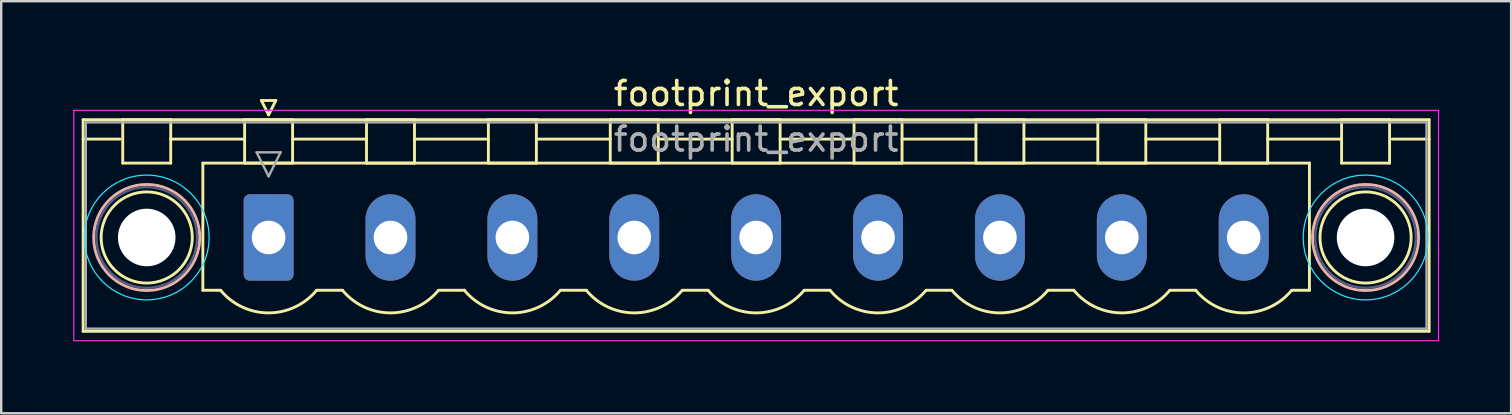
<source format=kicad_pcb>
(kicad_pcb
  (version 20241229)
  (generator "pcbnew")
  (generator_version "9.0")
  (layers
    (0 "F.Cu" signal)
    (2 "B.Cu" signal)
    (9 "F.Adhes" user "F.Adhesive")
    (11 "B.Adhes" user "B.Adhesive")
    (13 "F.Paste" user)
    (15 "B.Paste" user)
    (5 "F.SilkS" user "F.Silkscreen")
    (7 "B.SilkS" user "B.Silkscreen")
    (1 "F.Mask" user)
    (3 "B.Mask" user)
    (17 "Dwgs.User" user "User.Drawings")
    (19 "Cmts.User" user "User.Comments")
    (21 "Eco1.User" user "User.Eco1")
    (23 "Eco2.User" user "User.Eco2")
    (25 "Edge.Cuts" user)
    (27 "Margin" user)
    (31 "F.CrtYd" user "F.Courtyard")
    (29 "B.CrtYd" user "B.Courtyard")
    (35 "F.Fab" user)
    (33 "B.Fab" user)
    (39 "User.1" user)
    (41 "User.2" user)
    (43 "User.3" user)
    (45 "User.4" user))
  (footprint "footprint_export"
    (layer "F.Cu")
    (at 8.145 6.848)
    (property "Reference" "footprint_export" (at 20.32 -6 0) (layer "F.SilkS") (effects (font (size 1 1) (thickness 0.15))))
    (attr through_hole)
    (fp_line (start -7.73 -4.91) (end -7.73 3.91) (stroke (width 0.12) (type solid)) (layer "F.SilkS"))
    (fp_line (start -7.73 -4.1) (end -6.19 -4.1) (stroke (width 0.12) (type solid)) (layer "F.SilkS"))
    (fp_line (start -7.73 3.91) (end 48.37 3.91) (stroke (width 0.12) (type solid)) (layer "F.SilkS"))
    (fp_line (start -6.08 -4.91) (end -4.08 -4.91) (stroke (width 0.12) (type solid)) (layer "F.SilkS"))
    (fp_line (start -6.08 -3.1) (end -6.08 -4.91) (stroke (width 0.12) (type solid)) (layer "F.SilkS"))
    (fp_line (start -4.08 -4.91) (end -4.08 -3.1) (stroke (width 0.12) (type solid)) (layer "F.SilkS"))
    (fp_line (start -4.08 -4.1) (end -1 -4.1) (stroke (width 0.12) (type solid)) (layer "F.SilkS"))
    (fp_line (start -4.08 -3.1) (end -6.08 -3.1) (stroke (width 0.12) (type solid)) (layer "F.SilkS"))
    (fp_line (start -2.74 -3.1) (end 43.38 -3.1) (stroke (width 0.12) (type solid)) (layer "F.SilkS"))
    (fp_line (start -2.74 2.2) (end -2.74 -3.1) (stroke (width 0.12) (type solid)) (layer "F.SilkS"))
    (fp_line (start -2 2.2) (end -2.74 2.2) (stroke (width 0.12) (type solid)) (layer "F.SilkS"))
    (fp_line (start -1 -4.91) (end 1 -4.91) (stroke (width 0.12) (type solid)) (layer "F.SilkS"))
    (fp_line (start -1 -3.1) (end -1 -4.91) (stroke (width 0.12) (type solid)) (layer "F.SilkS"))
    (fp_line (start -0.3 -5.71) (end 0.3 -5.71) (stroke (width 0.12) (type solid)) (layer "F.SilkS"))
    (fp_line (start 0 -5.11) (end -0.3 -5.71) (stroke (width 0.12) (type solid)) (layer "F.SilkS"))
    (fp_line (start 0.3 -5.71) (end 0 -5.11) (stroke (width 0.12) (type solid)) (layer "F.SilkS"))
    (fp_line (start 1 -4.91) (end 1 -3.1) (stroke (width 0.12) (type solid)) (layer "F.SilkS"))
    (fp_line (start 1 -4.1) (end 4.08 -4.1) (stroke (width 0.12) (type solid)) (layer "F.SilkS"))
    (fp_line (start 1 -3.1) (end -1 -3.1) (stroke (width 0.12) (type solid)) (layer "F.SilkS"))
    (fp_line (start 2 2.2) (end 3.08 2.2) (stroke (width 0.12) (type solid)) (layer "F.SilkS"))
    (fp_line (start 4.08 -4.91) (end 6.08 -4.91) (stroke (width 0.12) (type solid)) (layer "F.SilkS"))
    (fp_line (start 4.08 -3.1) (end 4.08 -4.91) (stroke (width 0.12) (type solid)) (layer "F.SilkS"))
    (fp_line (start 6.08 -4.91) (end 6.08 -3.1) (stroke (width 0.12) (type solid)) (layer "F.SilkS"))
    (fp_line (start 6.08 -4.1) (end 9.16 -4.1) (stroke (width 0.12) (type solid)) (layer "F.SilkS"))
    (fp_line (start 6.08 -3.1) (end 4.08 -3.1) (stroke (width 0.12) (type solid)) (layer "F.SilkS"))
    (fp_line (start 7.08 2.2) (end 8.16 2.2) (stroke (width 0.12) (type solid)) (layer "F.SilkS"))
    (fp_line (start 9.16 -4.91) (end 11.16 -4.91) (stroke (width 0.12) (type solid)) (layer "F.SilkS"))
    (fp_line (start 9.16 -3.1) (end 9.16 -4.91) (stroke (width 0.12) (type solid)) (layer "F.SilkS"))
    (fp_line (start 11.16 -4.91) (end 11.16 -3.1) (stroke (width 0.12) (type solid)) (layer "F.SilkS"))
    (fp_line (start 11.16 -4.1) (end 14.24 -4.1) (stroke (width 0.12) (type solid)) (layer "F.SilkS"))
    (fp_line (start 11.16 -3.1) (end 9.16 -3.1) (stroke (width 0.12) (type solid)) (layer "F.SilkS"))
    (fp_line (start 12.16 2.2) (end 13.24 2.2) (stroke (width 0.12) (type solid)) (layer "F.SilkS"))
    (fp_line (start 14.24 -4.91) (end 16.24 -4.91) (stroke (width 0.12) (type solid)) (layer "F.SilkS"))
    (fp_line (start 14.24 -3.1) (end 14.24 -4.91) (stroke (width 0.12) (type solid)) (layer "F.SilkS"))
    (fp_line (start 16.24 -4.91) (end 16.24 -3.1) (stroke (width 0.12) (type solid)) (layer "F.SilkS"))
    (fp_line (start 16.24 -4.1) (end 19.32 -4.1) (stroke (width 0.12) (type solid)) (layer "F.SilkS"))
    (fp_line (start 16.24 -3.1) (end 14.24 -3.1) (stroke (width 0.12) (type solid)) (layer "F.SilkS"))
    (fp_line (start 17.24 2.2) (end 18.32 2.2) (stroke (width 0.12) (type solid)) (layer "F.SilkS"))
    (fp_line (start 19.32 -4.91) (end 21.32 -4.91) (stroke (width 0.12) (type solid)) (layer "F.SilkS"))
    (fp_line (start 19.32 -3.1) (end 19.32 -4.91) (stroke (width 0.12) (type solid)) (layer "F.SilkS"))
    (fp_line (start 21.32 -4.91) (end 21.32 -3.1) (stroke (width 0.12) (type solid)) (layer "F.SilkS"))
    (fp_line (start 21.32 -4.1) (end 24.4 -4.1) (stroke (width 0.12) (type solid)) (layer "F.SilkS"))
    (fp_line (start 21.32 -3.1) (end 19.32 -3.1) (stroke (width 0.12) (type solid)) (layer "F.SilkS"))
    (fp_line (start 22.32 2.2) (end 23.4 2.2) (stroke (width 0.12) (type solid)) (layer "F.SilkS"))
    (fp_line (start 24.4 -4.91) (end 26.4 -4.91) (stroke (width 0.12) (type solid)) (layer "F.SilkS"))
    (fp_line (start 24.4 -3.1) (end 24.4 -4.91) (stroke (width 0.12) (type solid)) (layer "F.SilkS"))
    (fp_line (start 26.4 -4.91) (end 26.4 -3.1) (stroke (width 0.12) (type solid)) (layer "F.SilkS"))
    (fp_line (start 26.4 -4.1) (end 29.48 -4.1) (stroke (width 0.12) (type solid)) (layer "F.SilkS"))
    (fp_line (start 26.4 -3.1) (end 24.4 -3.1) (stroke (width 0.12) (type solid)) (layer "F.SilkS"))
    (fp_line (start 27.4 2.2) (end 28.48 2.2) (stroke (width 0.12) (type solid)) (layer "F.SilkS"))
    (fp_line (start 29.48 -4.91) (end 31.48 -4.91) (stroke (width 0.12) (type solid)) (layer "F.SilkS"))
    (fp_line (start 29.48 -3.1) (end 29.48 -4.91) (stroke (width 0.12) (type solid)) (layer "F.SilkS"))
    (fp_line (start 31.48 -4.91) (end 31.48 -3.1) (stroke (width 0.12) (type solid)) (layer "F.SilkS"))
    (fp_line (start 31.48 -4.1) (end 34.56 -4.1) (stroke (width 0.12) (type solid)) (layer "F.SilkS"))
    (fp_line (start 31.48 -3.1) (end 29.48 -3.1) (stroke (width 0.12) (type solid)) (layer "F.SilkS"))
    (fp_line (start 32.48 2.2) (end 33.56 2.2) (stroke (width 0.12) (type solid)) (layer "F.SilkS"))
    (fp_line (start 34.56 -4.91) (end 36.56 -4.91) (stroke (width 0.12) (type solid)) (layer "F.SilkS"))
    (fp_line (start 34.56 -3.1) (end 34.56 -4.91) (stroke (width 0.12) (type solid)) (layer "F.SilkS"))
    (fp_line (start 36.56 -4.91) (end 36.56 -3.1) (stroke (width 0.12) (type solid)) (layer "F.SilkS"))
    (fp_line (start 36.56 -4.1) (end 39.64 -4.1) (stroke (width 0.12) (type solid)) (layer "F.SilkS"))
    (fp_line (start 36.56 -3.1) (end 34.56 -3.1) (stroke (width 0.12) (type solid)) (layer "F.SilkS"))
    (fp_line (start 37.56 2.2) (end 38.64 2.2) (stroke (width 0.12) (type solid)) (layer "F.SilkS"))
    (fp_line (start 39.64 -4.91) (end 41.64 -4.91) (stroke (width 0.12) (type solid)) (layer "F.SilkS"))
    (fp_line (start 39.64 -3.1) (end 39.64 -4.91) (stroke (width 0.12) (type solid)) (layer "F.SilkS"))
    (fp_line (start 41.64 -4.91) (end 41.64 -3.1) (stroke (width 0.12) (type solid)) (layer "F.SilkS"))
    (fp_line (start 41.64 -4.1) (end 44.72 -4.1) (stroke (width 0.12) (type solid)) (layer "F.SilkS"))
    (fp_line (start 41.64 -3.1) (end 39.64 -3.1) (stroke (width 0.12) (type solid)) (layer "F.SilkS"))
    (fp_line (start 43.38 -3.1) (end 43.38 2.2) (stroke (width 0.12) (type solid)) (layer "F.SilkS"))
    (fp_line (start 43.38 2.2) (end 42.64 2.2) (stroke (width 0.12) (type solid)) (layer "F.SilkS"))
    (fp_line (start 44.72 -4.91) (end 46.72 -4.91) (stroke (width 0.12) (type solid)) (layer "F.SilkS"))
    (fp_line (start 44.72 -3.1) (end 44.72 -4.91) (stroke (width 0.12) (type solid)) (layer "F.SilkS"))
    (fp_line (start 46.72 -4.91) (end 46.72 -3.1) (stroke (width 0.12) (type solid)) (layer "F.SilkS"))
    (fp_line (start 46.72 -3.1) (end 44.72 -3.1) (stroke (width 0.12) (type solid)) (layer "F.SilkS"))
    (fp_line (start 48.37 -4.91) (end -7.73 -4.91) (stroke (width 0.12) (type solid)) (layer "F.SilkS"))
    (fp_line (start 48.37 -4.1) (end 46.83 -4.1) (stroke (width 0.12) (type solid)) (layer "F.SilkS"))
    (fp_line (start 48.37 3.91) (end 48.37 -4.91) (stroke (width 0.12) (type solid)) (layer "F.SilkS"))
    (fp_arc (start 1.986842 2.215821) (mid -0.010289 3.142758) (end -2 2.2) (stroke (width 0.12) (type solid)) (layer "F.SilkS"))
    (fp_arc (start 7.066842 2.215821) (mid 5.069711 3.142758) (end 3.08 2.2) (stroke (width 0.12) (type solid)) (layer "F.SilkS"))
    (fp_arc (start 12.146842 2.215821) (mid 10.149711 3.142758) (end 8.16 2.2) (stroke (width 0.12) (type solid)) (layer "F.SilkS"))
    (fp_arc (start 17.226842 2.215821) (mid 15.229711 3.142758) (end 13.24 2.2) (stroke (width 0.12) (type solid)) (layer "F.SilkS"))
    (fp_arc (start 22.306842 2.215821) (mid 20.309711 3.142758) (end 18.32 2.2) (stroke (width 0.12) (type solid)) (layer "F.SilkS"))
    (fp_arc (start 27.386842 2.215821) (mid 25.389711 3.142758) (end 23.4 2.2) (stroke (width 0.12) (type solid)) (layer "F.SilkS"))
    (fp_arc (start 32.466842 2.215821) (mid 30.469711 3.142758) (end 28.48 2.2) (stroke (width 0.12) (type solid)) (layer "F.SilkS"))
    (fp_arc (start 37.546842 2.215821) (mid 35.549711 3.142758) (end 33.56 2.2) (stroke (width 0.12) (type solid)) (layer "F.SilkS"))
    (fp_arc (start 42.626842 2.215821) (mid 40.629711 3.142758) (end 38.64 2.2) (stroke (width 0.12) (type solid)) (layer "F.SilkS"))
    (fp_circle (center -5.08 0) (end -3.18 0) (stroke (width 0.12) (type solid)) (fill no) (layer "F.SilkS"))
    (fp_circle (center 45.72 0) (end 47.62 0) (stroke (width 0.12) (type solid)) (fill no) (layer "F.SilkS"))
    (fp_circle (center -5.08 0) (end -2.87 0) (stroke (width 0.12) (type solid)) (fill no) (layer "B.SilkS"))
    (fp_circle (center 45.72 0) (end 47.93 0) (stroke (width 0.12) (type solid)) (fill no) (layer "B.SilkS"))
    (fp_circle (center -5.08 0) (end -2.48 0) (stroke (width 0.05) (type solid)) (fill no) (layer "B.CrtYd"))
    (fp_circle (center 45.72 0) (end 48.32 0) (stroke (width 0.05) (type solid)) (fill no) (layer "B.CrtYd"))
    (fp_line (start -8.12 -5.3) (end -8.12 4.3) (stroke (width 0.05) (type solid)) (layer "F.CrtYd"))
    (fp_line (start -8.12 4.3) (end 48.76 4.3) (stroke (width 0.05) (type solid)) (layer "F.CrtYd"))
    (fp_line (start 48.76 -5.3) (end -8.12 -5.3) (stroke (width 0.05) (type solid)) (layer "F.CrtYd"))
    (fp_line (start 48.76 4.3) (end 48.76 -5.3) (stroke (width 0.05) (type solid)) (layer "F.CrtYd"))
    (fp_circle (center -5.08 0) (end -2.98 0) (stroke (width 0.1) (type solid)) (fill no) (layer "B.Fab"))
    (fp_circle (center 45.72 0) (end 47.82 0) (stroke (width 0.1) (type solid)) (fill no) (layer "B.Fab"))
    (fp_line (start -7.62 -4.8) (end -7.62 3.8) (stroke (width 0.1) (type solid)) (layer "F.Fab"))
    (fp_line (start -7.62 3.8) (end 48.26 3.8) (stroke (width 0.1) (type solid)) (layer "F.Fab"))
    (fp_line (start -0.5 -3.55) (end 0.5 -3.55) (stroke (width 0.1) (type solid)) (layer "F.Fab"))
    (fp_line (start 0 -2.55) (end -0.5 -3.55) (stroke (width 0.1) (type solid)) (layer "F.Fab"))
    (fp_line (start 0.5 -3.55) (end 0 -2.55) (stroke (width 0.1) (type solid)) (layer "F.Fab"))
    (fp_line (start 48.26 -4.8) (end -7.62 -4.8) (stroke (width 0.1) (type solid)) (layer "F.Fab"))
    (fp_line (start 48.26 3.8) (end 48.26 -4.8) (stroke (width 0.1) (type solid)) (layer "F.Fab"))
    (fp_text user "${REFERENCE}" (at 20.32 -4.1 0) (layer "F.Fab") (effects (font (size 1 1) (thickness 0.15))))
    (pad "" np_thru_hole circle (at -5.08 0) (size 2.4 2.4) (drill 2.4) (layers "*.Cu" "*.Mask"))
    (pad "" np_thru_hole circle (at 45.72 0) (size 2.4 2.4) (drill 2.4) (layers "*.Cu" "*.Mask"))
    (pad "1" thru_hole roundrect (at 0 0) (size 2.08 3.6) (drill 1.4) (layers "*.Cu" "*.Mask") (roundrect_rratio 0.12))
    (pad "2" thru_hole oval (at 5.08 0) (size 2.08 3.6) (drill 1.4) (layers "*.Cu" "*.Mask"))
    (pad "3" thru_hole oval (at 10.16 0) (size 2.08 3.6) (drill 1.4) (layers "*.Cu" "*.Mask"))
    (pad "4" thru_hole oval (at 15.24 0) (size 2.08 3.6) (drill 1.4) (layers "*.Cu" "*.Mask"))
    (pad "5" thru_hole oval (at 20.32 0) (size 2.08 3.6) (drill 1.4) (layers "*.Cu" "*.Mask"))
    (pad "6" thru_hole oval (at 25.4 0) (size 2.08 3.6) (drill 1.4) (layers "*.Cu" "*.Mask"))
    (pad "7" thru_hole oval (at 30.48 0) (size 2.08 3.6) (drill 1.4) (layers "*.Cu" "*.Mask"))
    (pad "8" thru_hole oval (at 35.56 0) (size 2.08 3.6) (drill 1.4) (layers "*.Cu" "*.Mask"))
    (pad "9" thru_hole oval (at 40.64 0) (size 2.08 3.6) (drill 1.4) (layers "*.Cu" "*.Mask")))
  (gr_rect
    (start -3 -3)
    (end 59.93 14.173)
    (stroke (width 0.1) (type default))
    (fill no)
    (layer "Edge.Cuts")))
</source>
